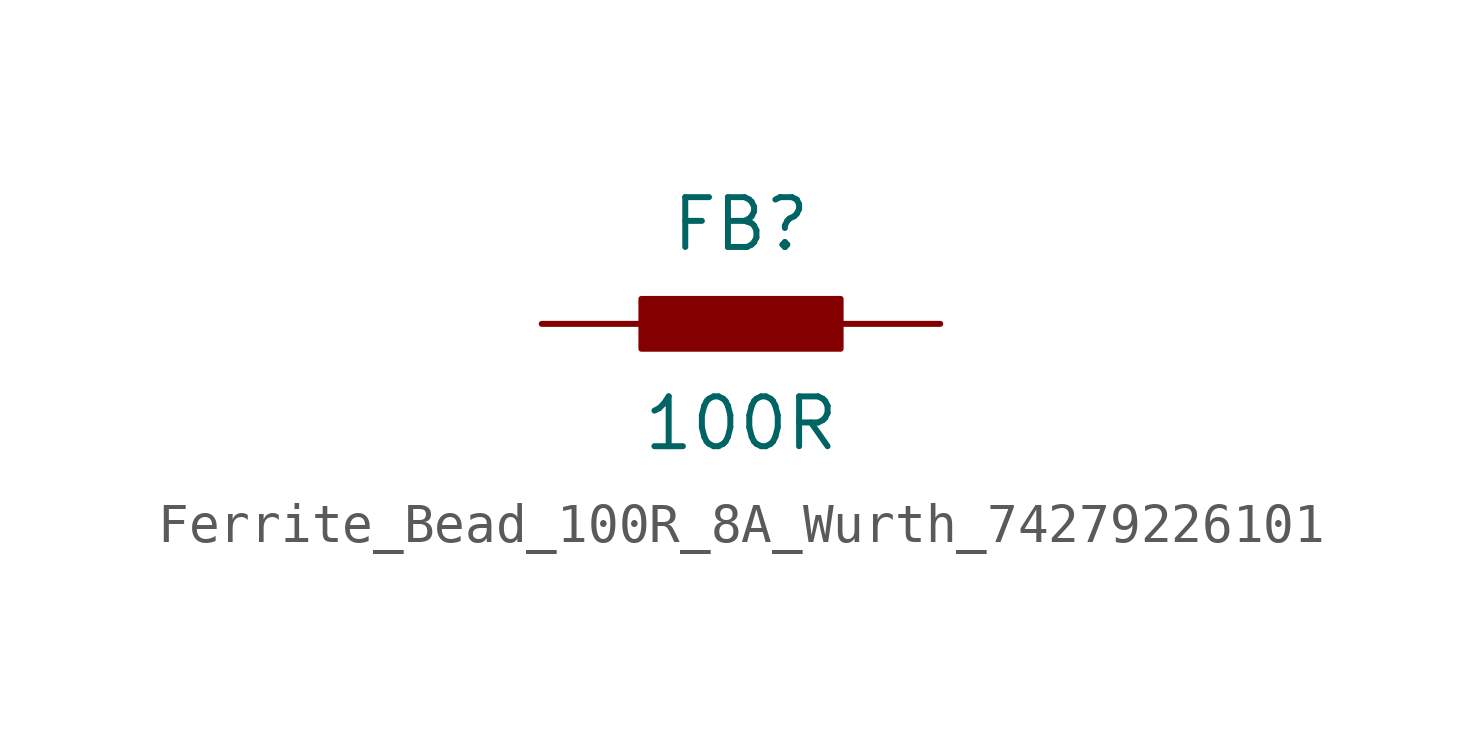
<source format=kicad_sym>
(kicad_symbol_lib
  (version 20220914)
  (generator kicad_symbol_editor)
  (symbol "Ferrite_Bead_100R_8A_Wurth_74279226101"
    (pin_numbers hide)
    (pin_names
      (offset 0))
    (property "Reference" "FB"
      (at 0 2.54 0)
      (effects (font (size 1.27 1.27))))
    (property "Value" "100R"
      (at 0 -2.54 0)
      (effects (font (size 1.27 1.27))))
    (symbol "Ferrite_Bead_100R_8A_Wurth_74279226101_1_1"
      (rectangle (start -2.54 0.635) (end 2.54 -0.635) (stroke (width 0) (type default)) (fill (type outline)))
      (pin passive line (at 5.08 0 180) (length 2.54) (name "~" (effects (font (size 1.27 1.27)))) (number "1" (effects (font (size 1.27 1.27)))))
      (pin passive line (at -5.08 0 0) (length 2.54) (name "~" (effects (font (size 1.27 1.27)))) (number "2" (effects (font (size 1.27 1.27))))))))
</source>
